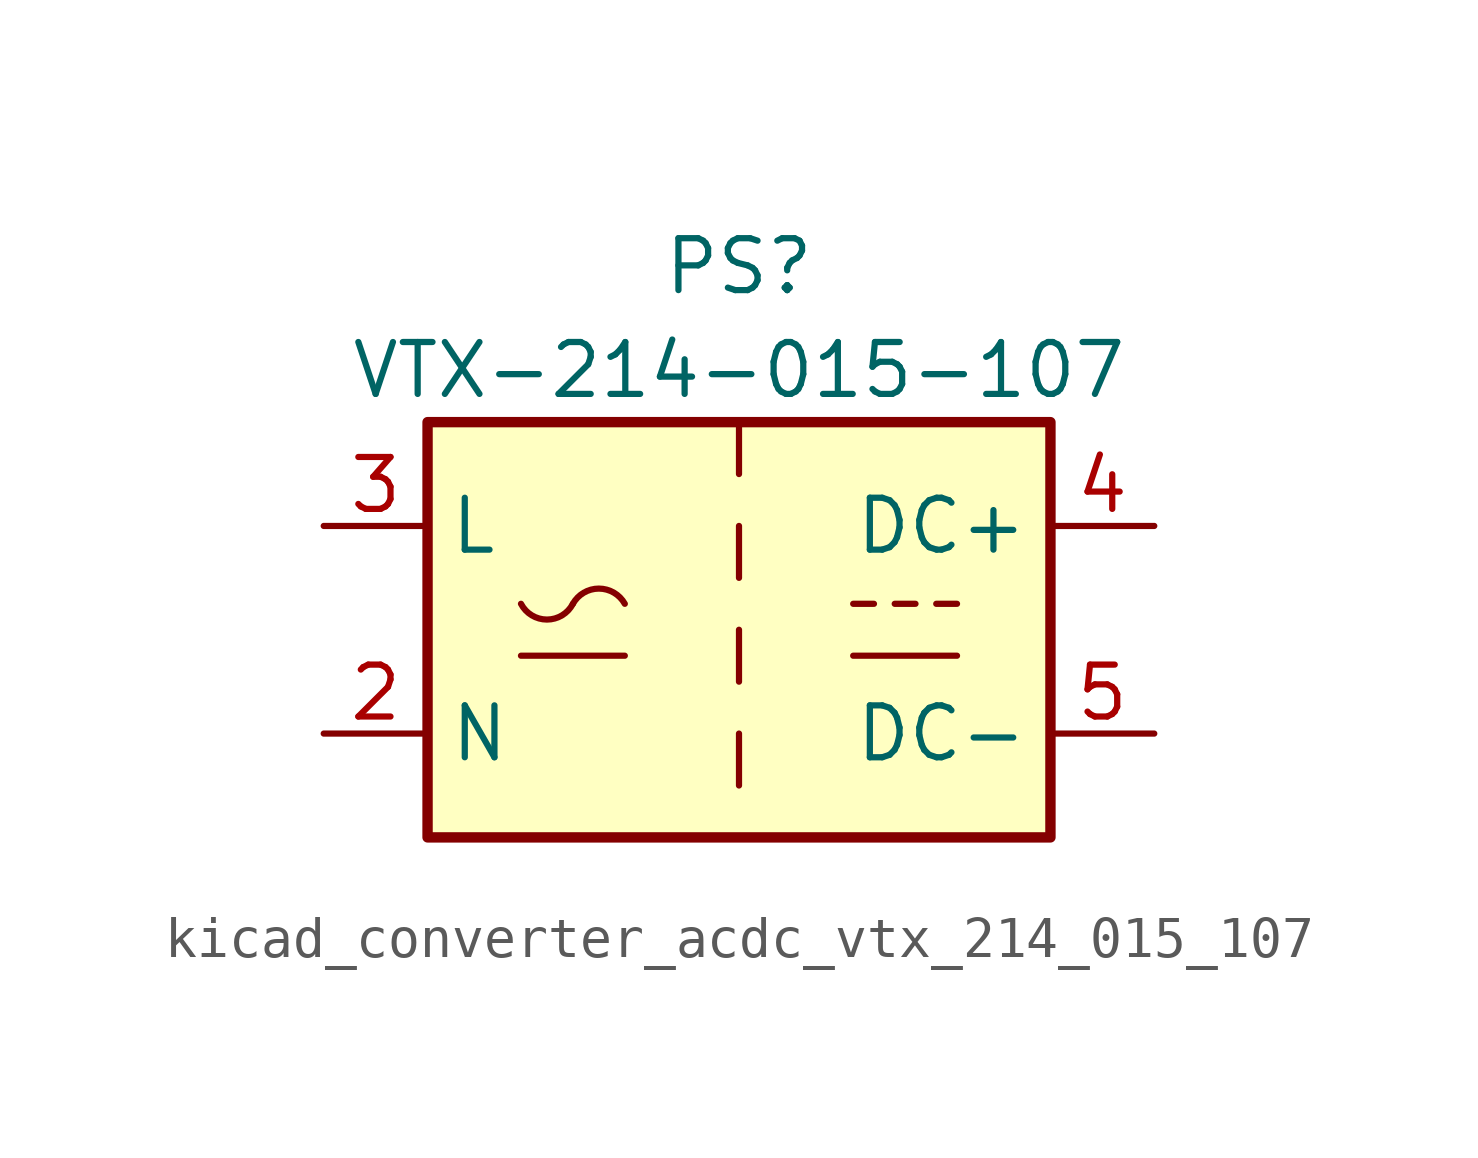
<source format=kicad_sym>
(kicad_symbol_lib
  (version 20220914)
  (generator kicad_symbol_editor)
  (symbol "kicad_converter_acdc_vtx_214_015_107"
    (property "Reference" "PS"
      (at 0 8.89 0)
      (effects (font (size 1.27 1.27))))
    (property "Value" "VTX-214-015-107"
      (at 0 6.35 0)
      (effects (font (size 1.27 1.27))))
    (symbol "kicad_converter_acdc_vtx_214_015_107_0_1"
      (rectangle (start -7.62 5.08) (end 7.62 -5.08) (stroke (width 0.254) (type default)) (fill (type background)))
      (arc (start -5.334 0.635) (mid -4.699 0.2495) (end -4.064 0.635) (stroke (width 0) (type default)) (fill (type none)))
      (arc (start -2.794 0.635) (mid -3.429 1.0072) (end -4.064 0.635) (stroke (width 0) (type default)) (fill (type none)))
      (polyline (pts (xy -5.334 -0.635) (xy -2.794 -0.635)) (stroke (width 0) (type default)) (fill (type none)))
      (polyline (pts (xy 2.794 -0.635) (xy 5.334 -0.635)) (stroke (width 0) (type default)) (fill (type none)))
      (polyline (pts (xy 2.794 0.635) (xy 3.302 0.635)) (stroke (width 0) (type default)) (fill (type none)))
      (polyline (pts (xy 3.81 0.635) (xy 4.318 0.635)) (stroke (width 0) (type default)) (fill (type none)))
      (polyline (pts (xy 4.826 0.635) (xy 5.334 0.635)) (stroke (width 0) (type default)) (fill (type none))))
    (symbol "kicad_converter_acdc_vtx_214_015_107_1_1"
      (polyline (pts (xy 0 -2.54) (xy 0 -3.81)) (stroke (width 0) (type default)) (fill (type none)))
      (polyline (pts (xy 0 0) (xy 0 -1.27)) (stroke (width 0) (type default)) (fill (type none)))
      (polyline (pts (xy 0 2.54) (xy 0 1.27)) (stroke (width 0) (type default)) (fill (type none)))
      (polyline (pts (xy 0 5.08) (xy 0 3.81)) (stroke (width 0) (type default)) (fill (type none)))
      (pin no_connect line (at 0 -5.08 90) (length 2.54) hide (name "FG" (effects (font (size 1.27 1.27)))) (number "1" (effects (font (size 1.27 1.27)))))
      (pin power_in line (at -10.16 -2.54 0) (length 2.54) (name "N" (effects (font (size 1.27 1.27)))) (number "2" (effects (font (size 1.27 1.27)))))
      (pin power_in line (at -10.16 2.54 0) (length 2.54) (name "L" (effects (font (size 1.27 1.27)))) (number "3" (effects (font (size 1.27 1.27)))))
      (pin power_out line (at 10.16 2.54 180) (length 2.54) (name "DC+" (effects (font (size 1.27 1.27)))) (number "4" (effects (font (size 1.27 1.27)))))
      (pin power_out line (at 10.16 -2.54 180) (length 2.54) (name "DC-" (effects (font (size 1.27 1.27)))) (number "5" (effects (font (size 1.27 1.27))))))))
</source>
